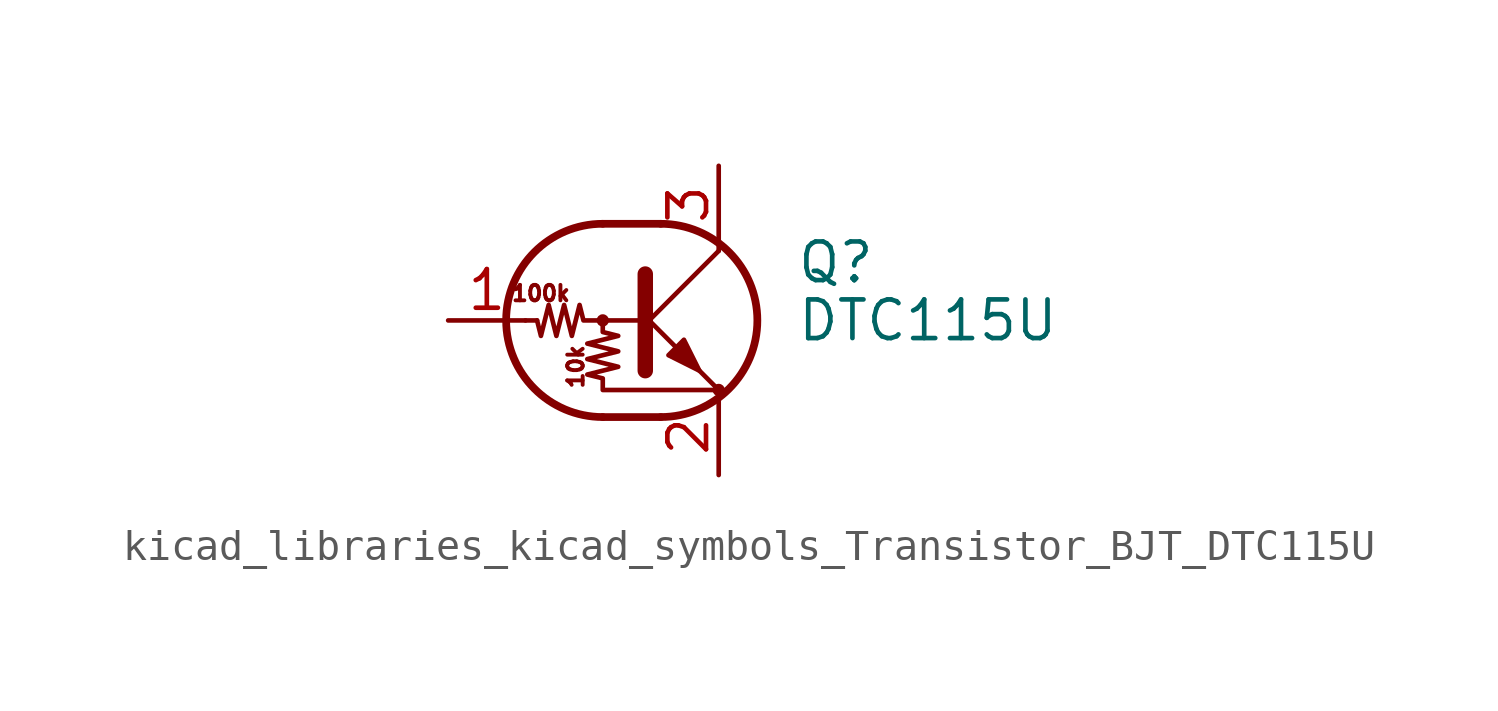
<source format=kicad_sym>
(kicad_symbol_lib
  (version 20220914)
  (generator kicad_symbol_editor)
  (symbol "kicad_libraries_kicad_symbols_Transistor_BJT_DTC115U"
    (pin_names
      (offset 0) hide)
    (property "Reference" "Q"
      (at 5.08 1.905 0)
      (effects (font (size 1.27 1.27)) (justify left)))
    (property "Value" "DTC115U"
      (at 5.08 0 0)
      (effects (font (size 1.27 1.27)) (justify left)))
    (symbol "kicad_libraries_kicad_symbols_Transistor_BJT_DTC115U_0_0"
      (text "100k" (at -3.302 0.889 0) (effects (font (size 0.508 0.508))))
      (text "10k" (at -2.159 -1.524 900) (effects (font (size 0.508 0.508)))))
    (symbol "kicad_libraries_kicad_symbols_Transistor_BJT_DTC115U_0_1"
      (circle (center -1.27 0) (radius 0.127) (stroke (width 0) (type default)) (fill (type none)))
      (arc (start -1.27 3.175) (mid -4.4312 0) (end -1.27 -3.175) (stroke (width 0.254) (type default)) (fill (type none)))
      (polyline (pts (xy -3.429 0) (xy -3.81 0)) (stroke (width 0) (type default)) (fill (type none)))
      (polyline (pts (xy -1.27 -3.175) (xy 0.635 -3.175)) (stroke (width 0.254) (type default)) (fill (type none)))
      (polyline (pts (xy -1.27 3.175) (xy 0.635 3.175)) (stroke (width 0.254) (type default)) (fill (type none)))
      (polyline (pts (xy 0 -0.254) (xy 2.54 2.286)) (stroke (width 0) (type default)) (fill (type none)))
      (polyline (pts (xy 0.127 1.524) (xy 0.127 -1.651)) (stroke (width 0.508) (type default)) (fill (type outline)))
      (polyline (pts (xy 2.54 2.286) (xy 2.54 2.54)) (stroke (width 0) (type default)) (fill (type none)))
      (polyline (pts (xy 2.54 -2.286) (xy 0 0.254) (xy 0 0.254)) (stroke (width 0) (type default)) (fill (type none)))
      (polyline (pts (xy 0.889 -1.143) (xy 1.397 -0.635) (xy 1.905 -1.651) (xy 0.889 -1.143)) (stroke (width 0) (type default)) (fill (type outline)))
      (polyline (pts (xy 0 0) (xy -1.905 0) (xy -2.032 0.508) (xy -2.286 -0.508) (xy -2.54 0.508) (xy -2.794 -0.508) (xy -3.048 0.508) (xy -3.302 -0.508) (xy -3.429 0)) (stroke (width 0) (type default)) (fill (type none)))
      (polyline (pts (xy -1.27 0) (xy -1.27 -0.381) (xy -0.762 -0.508) (xy -1.778 -0.762) (xy -0.762 -1.016) (xy -1.778 -1.27) (xy -0.762 -1.524) (xy -1.778 -1.778) (xy -1.27 -1.905) (xy -1.27 -2.286) (xy 2.54 -2.286)) (stroke (width 0) (type default)) (fill (type none)))
      (arc (start 0.635 -3.175) (mid 3.7962 0) (end 0.635 3.175) (stroke (width 0.254) (type default)) (fill (type none)))
      (circle (center 2.54 -2.286) (radius 0.127) (stroke (width 0) (type default)) (fill (type none))))
    (symbol "kicad_libraries_kicad_symbols_Transistor_BJT_DTC115U_1_1"
      (pin input line (at -6.35 0 0) (length 2.54) (name "B" (effects (font (size 1.27 1.27)))) (number "1" (effects (font (size 1.27 1.27)))))
      (pin passive line (at 2.54 -5.08 90) (length 2.54) (name "E" (effects (font (size 1.27 1.27)))) (number "2" (effects (font (size 1.27 1.27)))))
      (pin passive line (at 2.54 5.08 270) (length 2.54) (name "C" (effects (font (size 1.27 1.27)))) (number "3" (effects (font (size 1.27 1.27))))))))
</source>
